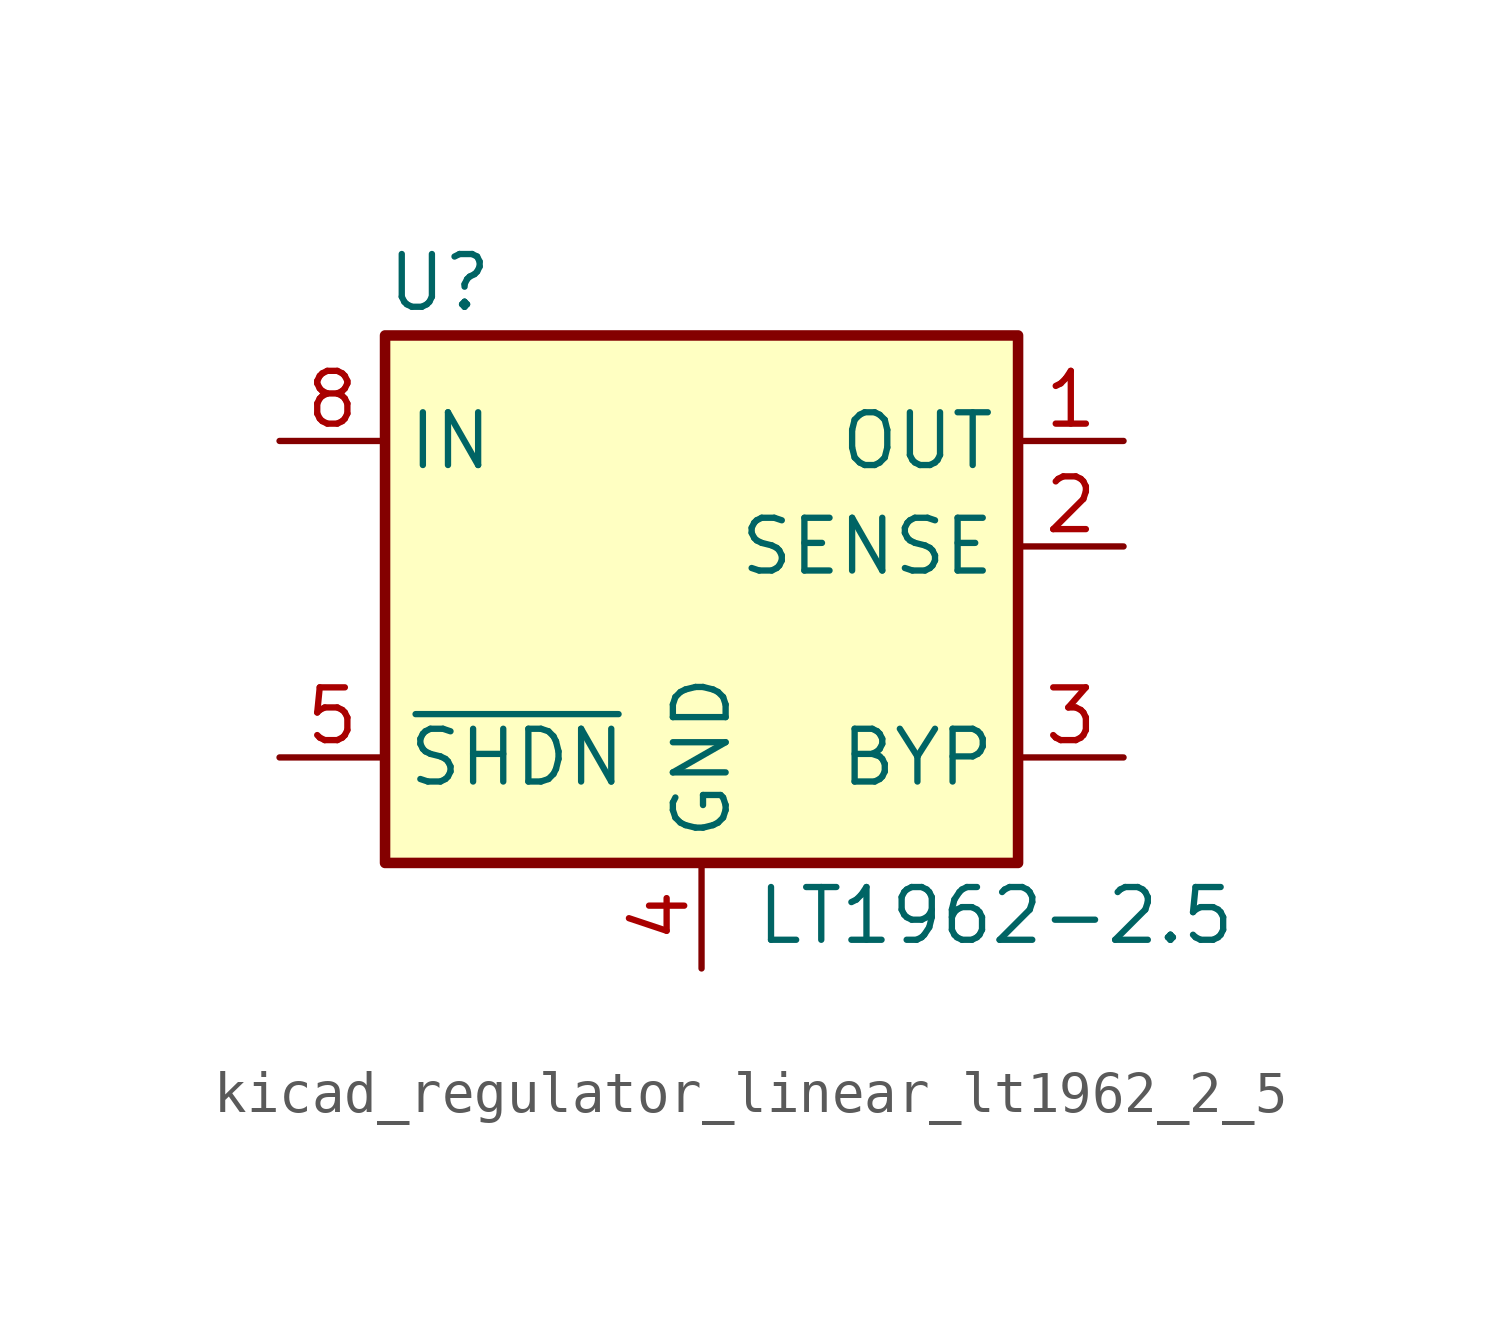
<source format=kicad_sym>
(kicad_symbol_lib
  (version 20220914)
  (generator kicad_symbol_editor)
  (symbol "kicad_regulator_linear_lt1962_2_5"
    (property "Reference" "U"
      (at -7.62 8.89 0)
      (effects (font (size 1.27 1.27)) (justify left)))
    (property "Value" "LT1962-2.5"
      (at 1.27 -6.35 0)
      (effects (font (size 1.27 1.27)) (justify left)))
    (symbol "kicad_regulator_linear_lt1962_2_5_0_1"
      (rectangle (start -7.62 7.62) (end 7.62 -5.08) (stroke (width 0.254) (type default)) (fill (type background))))
    (symbol "kicad_regulator_linear_lt1962_2_5_1_1"
      (pin power_out line (at 10.16 5.08 180) (length 2.54) (name "OUT" (effects (font (size 1.27 1.27)))) (number "1" (effects (font (size 1.27 1.27)))))
      (pin input line (at 10.16 2.54 180) (length 2.54) (name "SENSE" (effects (font (size 1.27 1.27)))) (number "2" (effects (font (size 1.27 1.27)))))
      (pin passive line (at 10.16 -2.54 180) (length 2.54) (name "BYP" (effects (font (size 1.27 1.27)))) (number "3" (effects (font (size 1.27 1.27)))))
      (pin power_in line (at 0 -7.62 90) (length 2.54) (name "GND" (effects (font (size 1.27 1.27)))) (number "4" (effects (font (size 1.27 1.27)))))
      (pin input line (at -10.16 -2.54 0) (length 2.54) (name "~{SHDN}" (effects (font (size 1.27 1.27)))) (number "5" (effects (font (size 1.27 1.27)))))
      (pin no_connect line (at 2.54 5.08 90) (length 2.54) hide (name "NC" (effects (font (size 1.27 1.27)))) (number "6" (effects (font (size 1.27 1.27)))))
      (pin no_connect line (at 2.54 2.54 90) (length 2.54) hide (name "NC" (effects (font (size 1.27 1.27)))) (number "7" (effects (font (size 1.27 1.27)))))
      (pin power_in line (at -10.16 5.08 0) (length 2.54) (name "IN" (effects (font (size 1.27 1.27)))) (number "8" (effects (font (size 1.27 1.27))))))))
</source>
